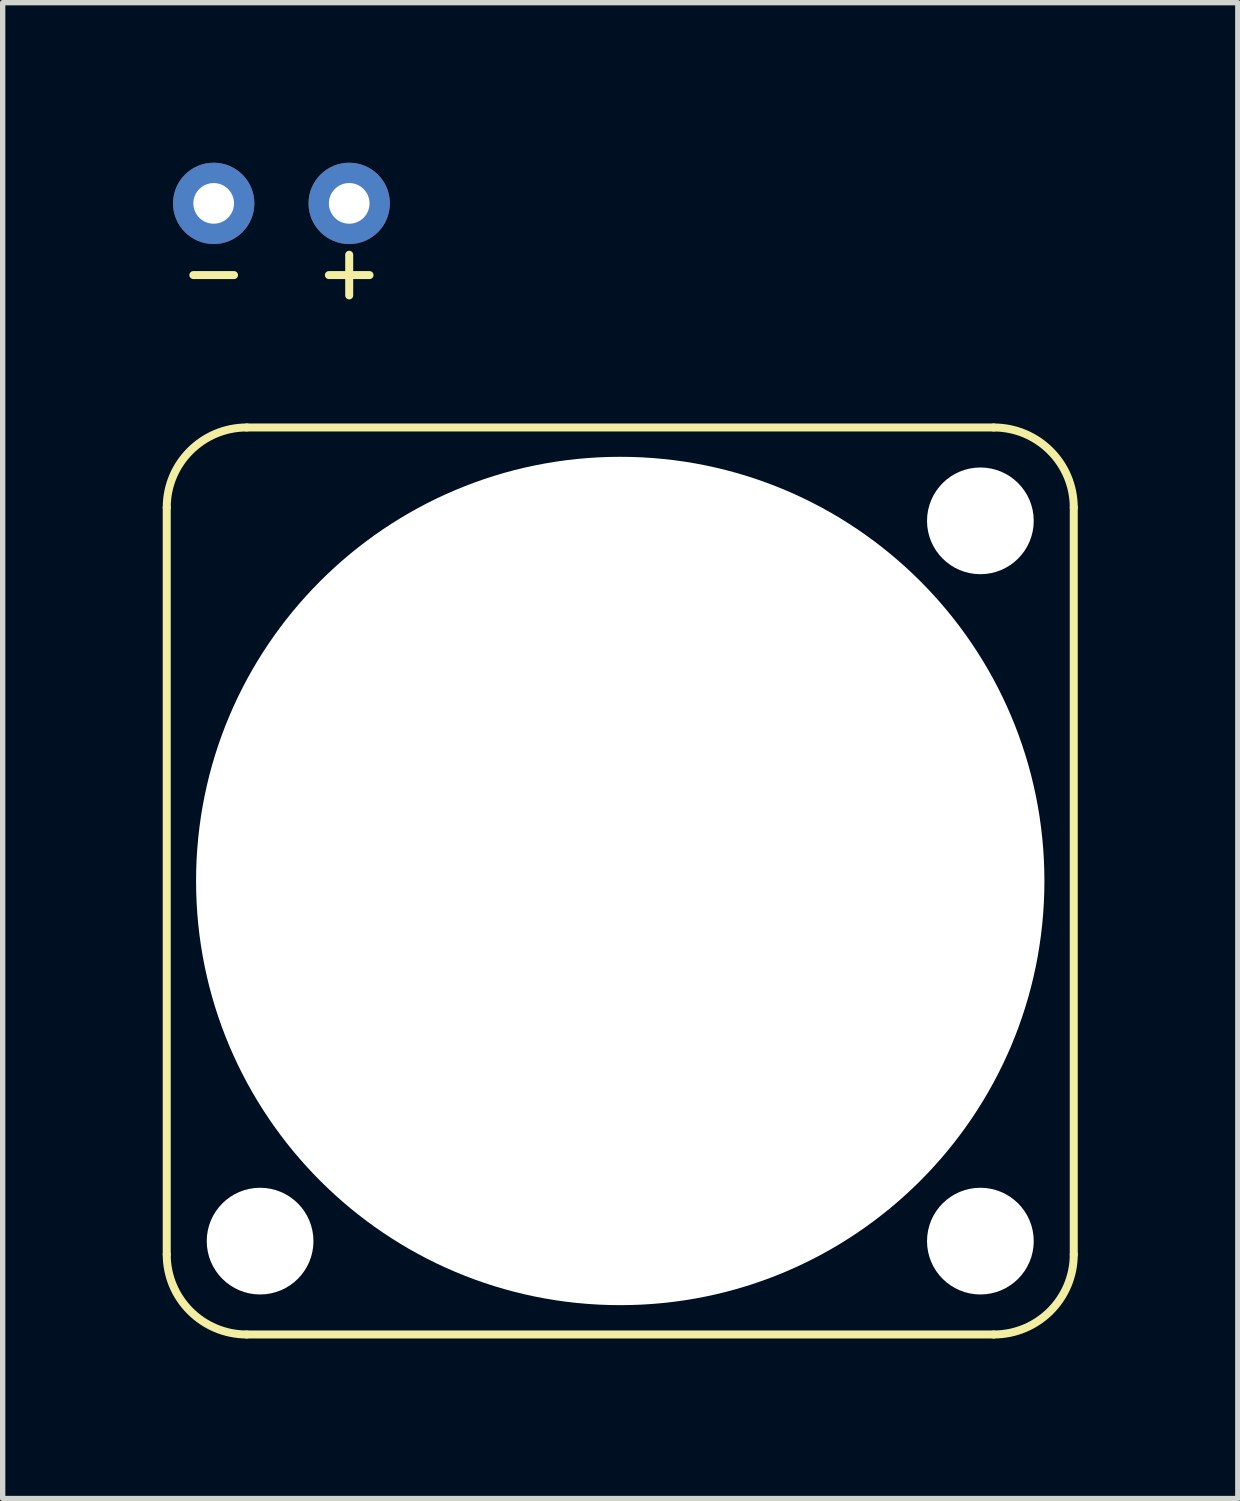
<source format=kicad_pcb>
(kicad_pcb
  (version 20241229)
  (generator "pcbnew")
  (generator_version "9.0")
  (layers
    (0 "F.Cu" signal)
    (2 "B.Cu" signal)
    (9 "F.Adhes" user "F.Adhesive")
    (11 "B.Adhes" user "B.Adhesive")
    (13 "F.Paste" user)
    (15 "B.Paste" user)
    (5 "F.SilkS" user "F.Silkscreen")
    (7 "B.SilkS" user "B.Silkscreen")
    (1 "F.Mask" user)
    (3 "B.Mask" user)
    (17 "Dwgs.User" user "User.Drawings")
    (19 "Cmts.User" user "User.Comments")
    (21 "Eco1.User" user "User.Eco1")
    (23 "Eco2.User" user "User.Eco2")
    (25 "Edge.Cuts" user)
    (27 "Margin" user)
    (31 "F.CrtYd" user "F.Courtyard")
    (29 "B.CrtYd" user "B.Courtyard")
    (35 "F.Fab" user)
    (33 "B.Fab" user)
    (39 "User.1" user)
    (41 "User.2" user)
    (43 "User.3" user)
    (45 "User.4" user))
  (footprint "F17HA-05HC"
    (layer "F.Cu")
    (at 8.575 13.462)
    (property "Reference" "F17HA-05HC" (at 0 0.5 0) (layer "F.SilkS") (effects (font (size 1 1) (thickness 0.15))))
    (attr through_hole)
    (fp_line (start -8.5 7) (end -8.5 -7) (stroke (width 0.15) (type solid)) (layer "F.SilkS"))
    (fp_line (start -7 -8.5) (end 7 -8.5) (stroke (width 0.15) (type solid)) (layer "F.SilkS"))
    (fp_line (start 7 8.5) (end -7 8.5) (stroke (width 0.15) (type solid)) (layer "F.SilkS"))
    (fp_line (start 8.5 -7) (end 8.5 7) (stroke (width 0.15) (type solid)) (layer "F.SilkS"))
    (fp_arc (start -8.5 -7) (mid -8.06066 -8.06066) (end -7 -8.5) (stroke (width 0.15) (type solid)) (layer "F.SilkS"))
    (fp_arc (start -7 8.5) (mid -8.06066 8.06066) (end -8.5 7) (stroke (width 0.15) (type solid)) (layer "F.SilkS"))
    (fp_arc (start 7 -8.5) (mid 8.06066 -8.06066) (end 8.5 -7) (stroke (width 0.15) (type solid)) (layer "F.SilkS"))
    (fp_arc (start 8.5 7) (mid 8.06066 8.06066) (end 7 8.5) (stroke (width 0.15) (type solid)) (layer "F.SilkS"))
    (fp_text user "+" (at -5.08 -11.43 180) (layer "F.SilkS") (effects (font (size 1 1) (thickness 0.15))))
    (fp_text user "-" (at -7.62 -11.43 180) (layer "F.SilkS") (effects (font (size 1 1) (thickness 0.15))))
    (pad "" np_thru_hole circle (at -6.75 6.75) (size 2 2) (drill 2) (layers "*.Cu" "*.Mask"))
    (pad "" np_thru_hole circle (at 0 0) (size 15.9 15.9) (drill 15.9) (layers "*.Cu" "*.Mask"))
    (pad "" np_thru_hole circle (at 6.75 -6.75) (size 2 2) (drill 2) (layers "*.Cu" "*.Mask"))
    (pad "" np_thru_hole circle (at 6.75 6.75) (size 2 2) (drill 2) (layers "*.Cu" "*.Mask"))
    (pad "1" thru_hole circle (at -5.08 -12.7) (size 1.524 1.524) (drill 0.762) (layers "*.Cu" "*.Mask"))
    (pad "2" thru_hole circle (at -7.62 -12.7) (size 1.524 1.524) (drill 0.762) (layers "*.Cu" "*.Mask")))
  (gr_rect
    (start -3 -3)
    (end 20.15 25.037)
    (stroke (width 0.1) (type default))
    (fill no)
    (layer "Edge.Cuts")))
</source>
